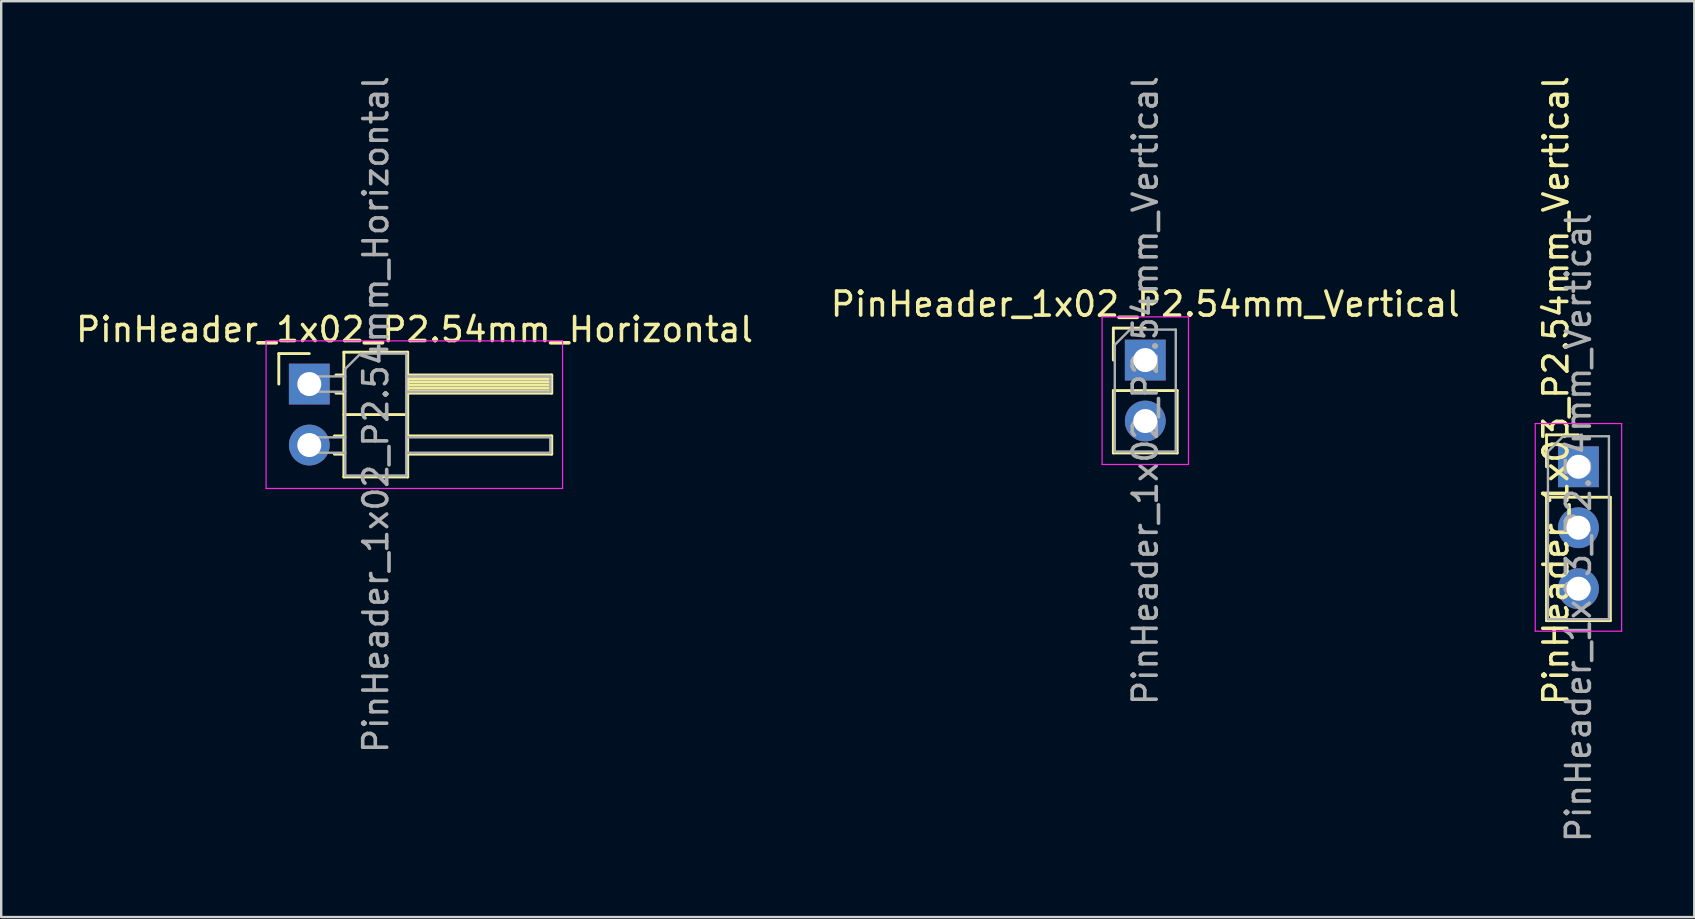
<source format=kicad_pcb>
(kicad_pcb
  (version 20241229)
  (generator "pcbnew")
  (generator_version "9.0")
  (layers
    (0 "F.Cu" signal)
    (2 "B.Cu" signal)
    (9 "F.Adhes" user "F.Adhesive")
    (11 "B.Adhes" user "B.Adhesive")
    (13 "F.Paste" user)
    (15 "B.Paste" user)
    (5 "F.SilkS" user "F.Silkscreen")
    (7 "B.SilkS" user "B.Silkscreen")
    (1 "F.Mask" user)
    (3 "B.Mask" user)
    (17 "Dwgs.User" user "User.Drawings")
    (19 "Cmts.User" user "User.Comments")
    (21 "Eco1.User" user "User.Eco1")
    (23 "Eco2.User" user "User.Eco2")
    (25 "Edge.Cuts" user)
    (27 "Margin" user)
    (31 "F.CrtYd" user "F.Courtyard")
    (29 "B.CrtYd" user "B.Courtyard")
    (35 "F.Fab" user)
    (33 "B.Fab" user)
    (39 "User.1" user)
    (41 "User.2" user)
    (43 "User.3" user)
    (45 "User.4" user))
  (footprint "PinHeader_1x02_P2.54mm_Horizontal"
    (layer "F.Cu")
    (at 9.835 12.95)
    (property "Reference" "PinHeader_1x02_P2.54mm_Horizontal" (at 4.385 -2.27 0) (layer "F.SilkS") (effects (font (size 1 1) (thickness 0.15))))
    (attr through_hole)
    (fp_line (start -1.27 -1.27) (end 0 -1.27) (stroke (width 0.12) (type solid)) (layer "F.SilkS"))
    (fp_line (start -1.27 0) (end -1.27 -1.27) (stroke (width 0.12) (type solid)) (layer "F.SilkS"))
    (fp_line (start 1.043 2.16) (end 1.44 2.16) (stroke (width 0.12) (type solid)) (layer "F.SilkS"))
    (fp_line (start 1.043 2.92) (end 1.44 2.92) (stroke (width 0.12) (type solid)) (layer "F.SilkS"))
    (fp_line (start 1.11 -0.38) (end 1.44 -0.38) (stroke (width 0.12) (type solid)) (layer "F.SilkS"))
    (fp_line (start 1.11 0.38) (end 1.44 0.38) (stroke (width 0.12) (type solid)) (layer "F.SilkS"))
    (fp_line (start 1.44 -1.33) (end 1.44 3.87) (stroke (width 0.12) (type solid)) (layer "F.SilkS"))
    (fp_line (start 1.44 1.27) (end 4.1 1.27) (stroke (width 0.12) (type solid)) (layer "F.SilkS"))
    (fp_line (start 1.44 3.87) (end 4.1 3.87) (stroke (width 0.12) (type solid)) (layer "F.SilkS"))
    (fp_line (start 4.1 -1.33) (end 1.44 -1.33) (stroke (width 0.12) (type solid)) (layer "F.SilkS"))
    (fp_line (start 4.1 -0.38) (end 10.1 -0.38) (stroke (width 0.12) (type solid)) (layer "F.SilkS"))
    (fp_line (start 4.1 -0.32) (end 10.1 -0.32) (stroke (width 0.12) (type solid)) (layer "F.SilkS"))
    (fp_line (start 4.1 -0.2) (end 10.1 -0.2) (stroke (width 0.12) (type solid)) (layer "F.SilkS"))
    (fp_line (start 4.1 -0.08) (end 10.1 -0.08) (stroke (width 0.12) (type solid)) (layer "F.SilkS"))
    (fp_line (start 4.1 0.04) (end 10.1 0.04) (stroke (width 0.12) (type solid)) (layer "F.SilkS"))
    (fp_line (start 4.1 0.16) (end 10.1 0.16) (stroke (width 0.12) (type solid)) (layer "F.SilkS"))
    (fp_line (start 4.1 0.28) (end 10.1 0.28) (stroke (width 0.12) (type solid)) (layer "F.SilkS"))
    (fp_line (start 4.1 2.16) (end 10.1 2.16) (stroke (width 0.12) (type solid)) (layer "F.SilkS"))
    (fp_line (start 4.1 3.87) (end 4.1 -1.33) (stroke (width 0.12) (type solid)) (layer "F.SilkS"))
    (fp_line (start 10.1 -0.38) (end 10.1 0.38) (stroke (width 0.12) (type solid)) (layer "F.SilkS"))
    (fp_line (start 10.1 0.38) (end 4.1 0.38) (stroke (width 0.12) (type solid)) (layer "F.SilkS"))
    (fp_line (start 10.1 2.16) (end 10.1 2.92) (stroke (width 0.12) (type solid)) (layer "F.SilkS"))
    (fp_line (start 10.1 2.92) (end 4.1 2.92) (stroke (width 0.12) (type solid)) (layer "F.SilkS"))
    (fp_line (start -1.8 -1.8) (end -1.8 4.35) (stroke (width 0.05) (type solid)) (layer "F.CrtYd"))
    (fp_line (start -1.8 4.35) (end 10.55 4.35) (stroke (width 0.05) (type solid)) (layer "F.CrtYd"))
    (fp_line (start 10.55 -1.8) (end -1.8 -1.8) (stroke (width 0.05) (type solid)) (layer "F.CrtYd"))
    (fp_line (start 10.55 4.35) (end 10.55 -1.8) (stroke (width 0.05) (type solid)) (layer "F.CrtYd"))
    (fp_line (start -0.32 -0.32) (end -0.32 0.32) (stroke (width 0.1) (type solid)) (layer "F.Fab"))
    (fp_line (start -0.32 -0.32) (end 1.5 -0.32) (stroke (width 0.1) (type solid)) (layer "F.Fab"))
    (fp_line (start -0.32 0.32) (end 1.5 0.32) (stroke (width 0.1) (type solid)) (layer "F.Fab"))
    (fp_line (start -0.32 2.22) (end -0.32 2.86) (stroke (width 0.1) (type solid)) (layer "F.Fab"))
    (fp_line (start -0.32 2.22) (end 1.5 2.22) (stroke (width 0.1) (type solid)) (layer "F.Fab"))
    (fp_line (start -0.32 2.86) (end 1.5 2.86) (stroke (width 0.1) (type solid)) (layer "F.Fab"))
    (fp_line (start 1.5 -0.635) (end 2.135 -1.27) (stroke (width 0.1) (type solid)) (layer "F.Fab"))
    (fp_line (start 1.5 3.81) (end 1.5 -0.635) (stroke (width 0.1) (type solid)) (layer "F.Fab"))
    (fp_line (start 2.135 -1.27) (end 4.04 -1.27) (stroke (width 0.1) (type solid)) (layer "F.Fab"))
    (fp_line (start 4.04 -1.27) (end 4.04 3.81) (stroke (width 0.1) (type solid)) (layer "F.Fab"))
    (fp_line (start 4.04 -0.32) (end 10.04 -0.32) (stroke (width 0.1) (type solid)) (layer "F.Fab"))
    (fp_line (start 4.04 0.32) (end 10.04 0.32) (stroke (width 0.1) (type solid)) (layer "F.Fab"))
    (fp_line (start 4.04 2.22) (end 10.04 2.22) (stroke (width 0.1) (type solid)) (layer "F.Fab"))
    (fp_line (start 4.04 2.86) (end 10.04 2.86) (stroke (width 0.1) (type solid)) (layer "F.Fab"))
    (fp_line (start 4.04 3.81) (end 1.5 3.81) (stroke (width 0.1) (type solid)) (layer "F.Fab"))
    (fp_line (start 10.04 -0.32) (end 10.04 0.32) (stroke (width 0.1) (type solid)) (layer "F.Fab"))
    (fp_line (start 10.04 2.22) (end 10.04 2.86) (stroke (width 0.1) (type solid)) (layer "F.Fab"))
    (fp_text user "${REFERENCE}" (at 2.77 1.27 270) (layer "F.Fab") (effects (font (size 1 1) (thickness 0.15))))
    (pad "1" thru_hole rect (at 0 0) (size 1.7 1.7) (drill 1) (layers "*.Cu" "*.Mask"))
    (pad "2" thru_hole oval (at 0 2.54) (size 1.7 1.7) (drill 1) (layers "*.Cu" "*.Mask")))
  (footprint "PinHeader_1x02_P2.54mm_Vertical"
    (layer "F.Cu")
    (at 44.661 11.95)
    (property "Reference" "PinHeader_1x02_P2.54mm_Vertical" (at 0 -2.33 0) (layer "F.SilkS") (effects (font (size 1 1) (thickness 0.15))))
    (attr through_hole)
    (fp_line (start -1.33 -1.33) (end 0 -1.33) (stroke (width 0.12) (type solid)) (layer "F.SilkS"))
    (fp_line (start -1.33 0) (end -1.33 -1.33) (stroke (width 0.12) (type solid)) (layer "F.SilkS"))
    (fp_line (start -1.33 1.27) (end -1.33 3.87) (stroke (width 0.12) (type solid)) (layer "F.SilkS"))
    (fp_line (start -1.33 1.27) (end 1.33 1.27) (stroke (width 0.12) (type solid)) (layer "F.SilkS"))
    (fp_line (start -1.33 3.87) (end 1.33 3.87) (stroke (width 0.12) (type solid)) (layer "F.SilkS"))
    (fp_line (start 1.33 1.27) (end 1.33 3.87) (stroke (width 0.12) (type solid)) (layer "F.SilkS"))
    (fp_line (start -1.8 -1.8) (end -1.8 4.35) (stroke (width 0.05) (type solid)) (layer "F.CrtYd"))
    (fp_line (start -1.8 4.35) (end 1.8 4.35) (stroke (width 0.05) (type solid)) (layer "F.CrtYd"))
    (fp_line (start 1.8 -1.8) (end -1.8 -1.8) (stroke (width 0.05) (type solid)) (layer "F.CrtYd"))
    (fp_line (start 1.8 4.35) (end 1.8 -1.8) (stroke (width 0.05) (type solid)) (layer "F.CrtYd"))
    (fp_line (start -1.27 -0.635) (end -0.635 -1.27) (stroke (width 0.1) (type solid)) (layer "F.Fab"))
    (fp_line (start -1.27 3.81) (end -1.27 -0.635) (stroke (width 0.1) (type solid)) (layer "F.Fab"))
    (fp_line (start -0.635 -1.27) (end 1.27 -1.27) (stroke (width 0.1) (type solid)) (layer "F.Fab"))
    (fp_line (start 1.27 -1.27) (end 1.27 3.81) (stroke (width 0.1) (type solid)) (layer "F.Fab"))
    (fp_line (start 1.27 3.81) (end -1.27 3.81) (stroke (width 0.1) (type solid)) (layer "F.Fab"))
    (fp_text user "${REFERENCE}" (at 0 1.27 270) (layer "F.Fab") (effects (font (size 1 1) (thickness 0.15))))
    (pad "1" thru_hole rect (at 0 0) (size 1.7 1.7) (drill 1) (layers "*.Cu" "*.Mask"))
    (pad "2" thru_hole oval (at 0 2.54) (size 1.7 1.7) (drill 1) (layers "*.Cu" "*.Mask")))
  (footprint "PinHeader_1x03_P2.54mm_Vertical"
    (layer "F.Cu")
    (at 62.706 16.395)
    (property "Reference" "PinHeader_1x03_P2.54mm_Vertical" (at -0.94 -3.175 90) (layer "F.SilkS") (effects (font (size 1 1) (thickness 0.15))))
    (attr through_hole)
    (fp_line (start -1.33 -1.33) (end 0 -1.33) (stroke (width 0.12) (type solid)) (layer "F.SilkS"))
    (fp_line (start -1.33 0) (end -1.33 -1.33) (stroke (width 0.12) (type solid)) (layer "F.SilkS"))
    (fp_line (start -1.33 1.27) (end -1.33 6.41) (stroke (width 0.12) (type solid)) (layer "F.SilkS"))
    (fp_line (start -1.33 1.27) (end 1.33 1.27) (stroke (width 0.12) (type solid)) (layer "F.SilkS"))
    (fp_line (start -1.33 6.41) (end 1.33 6.41) (stroke (width 0.12) (type solid)) (layer "F.SilkS"))
    (fp_line (start 1.33 1.27) (end 1.33 6.41) (stroke (width 0.12) (type solid)) (layer "F.SilkS"))
    (fp_line (start -1.8 -1.8) (end -1.8 6.85) (stroke (width 0.05) (type solid)) (layer "F.CrtYd"))
    (fp_line (start -1.8 6.85) (end 1.8 6.85) (stroke (width 0.05) (type solid)) (layer "F.CrtYd"))
    (fp_line (start 1.8 -1.8) (end -1.8 -1.8) (stroke (width 0.05) (type solid)) (layer "F.CrtYd"))
    (fp_line (start 1.8 6.85) (end 1.8 -1.8) (stroke (width 0.05) (type solid)) (layer "F.CrtYd"))
    (fp_line (start -1.27 -0.635) (end -0.635 -1.27) (stroke (width 0.1) (type solid)) (layer "F.Fab"))
    (fp_line (start -1.27 6.35) (end -1.27 -0.635) (stroke (width 0.1) (type solid)) (layer "F.Fab"))
    (fp_line (start -0.635 -1.27) (end 1.27 -1.27) (stroke (width 0.1) (type solid)) (layer "F.Fab"))
    (fp_line (start 1.27 -1.27) (end 1.27 6.35) (stroke (width 0.1) (type solid)) (layer "F.Fab"))
    (fp_line (start 1.27 6.35) (end -1.27 6.35) (stroke (width 0.1) (type solid)) (layer "F.Fab"))
    (fp_text user "${REFERENCE}" (at 0 2.54 270) (layer "F.Fab") (effects (font (size 1 1) (thickness 0.15))))
    (pad "1" thru_hole rect (at 0 0) (size 1.7 1.7) (drill 1) (layers "*.Cu" "*.Mask"))
    (pad "2" thru_hole oval (at 0 2.54) (size 1.7 1.7) (drill 1) (layers "*.Cu" "*.Mask"))
    (pad "3" thru_hole oval (at 0 5.08) (size 1.7 1.7) (drill 1) (layers "*.Cu" "*.Mask")))
  (gr_rect
    (start -3 -3)
    (end 67.531 35.155)
    (stroke (width 0.1) (type default))
    (fill no)
    (layer "Edge.Cuts")))
</source>
